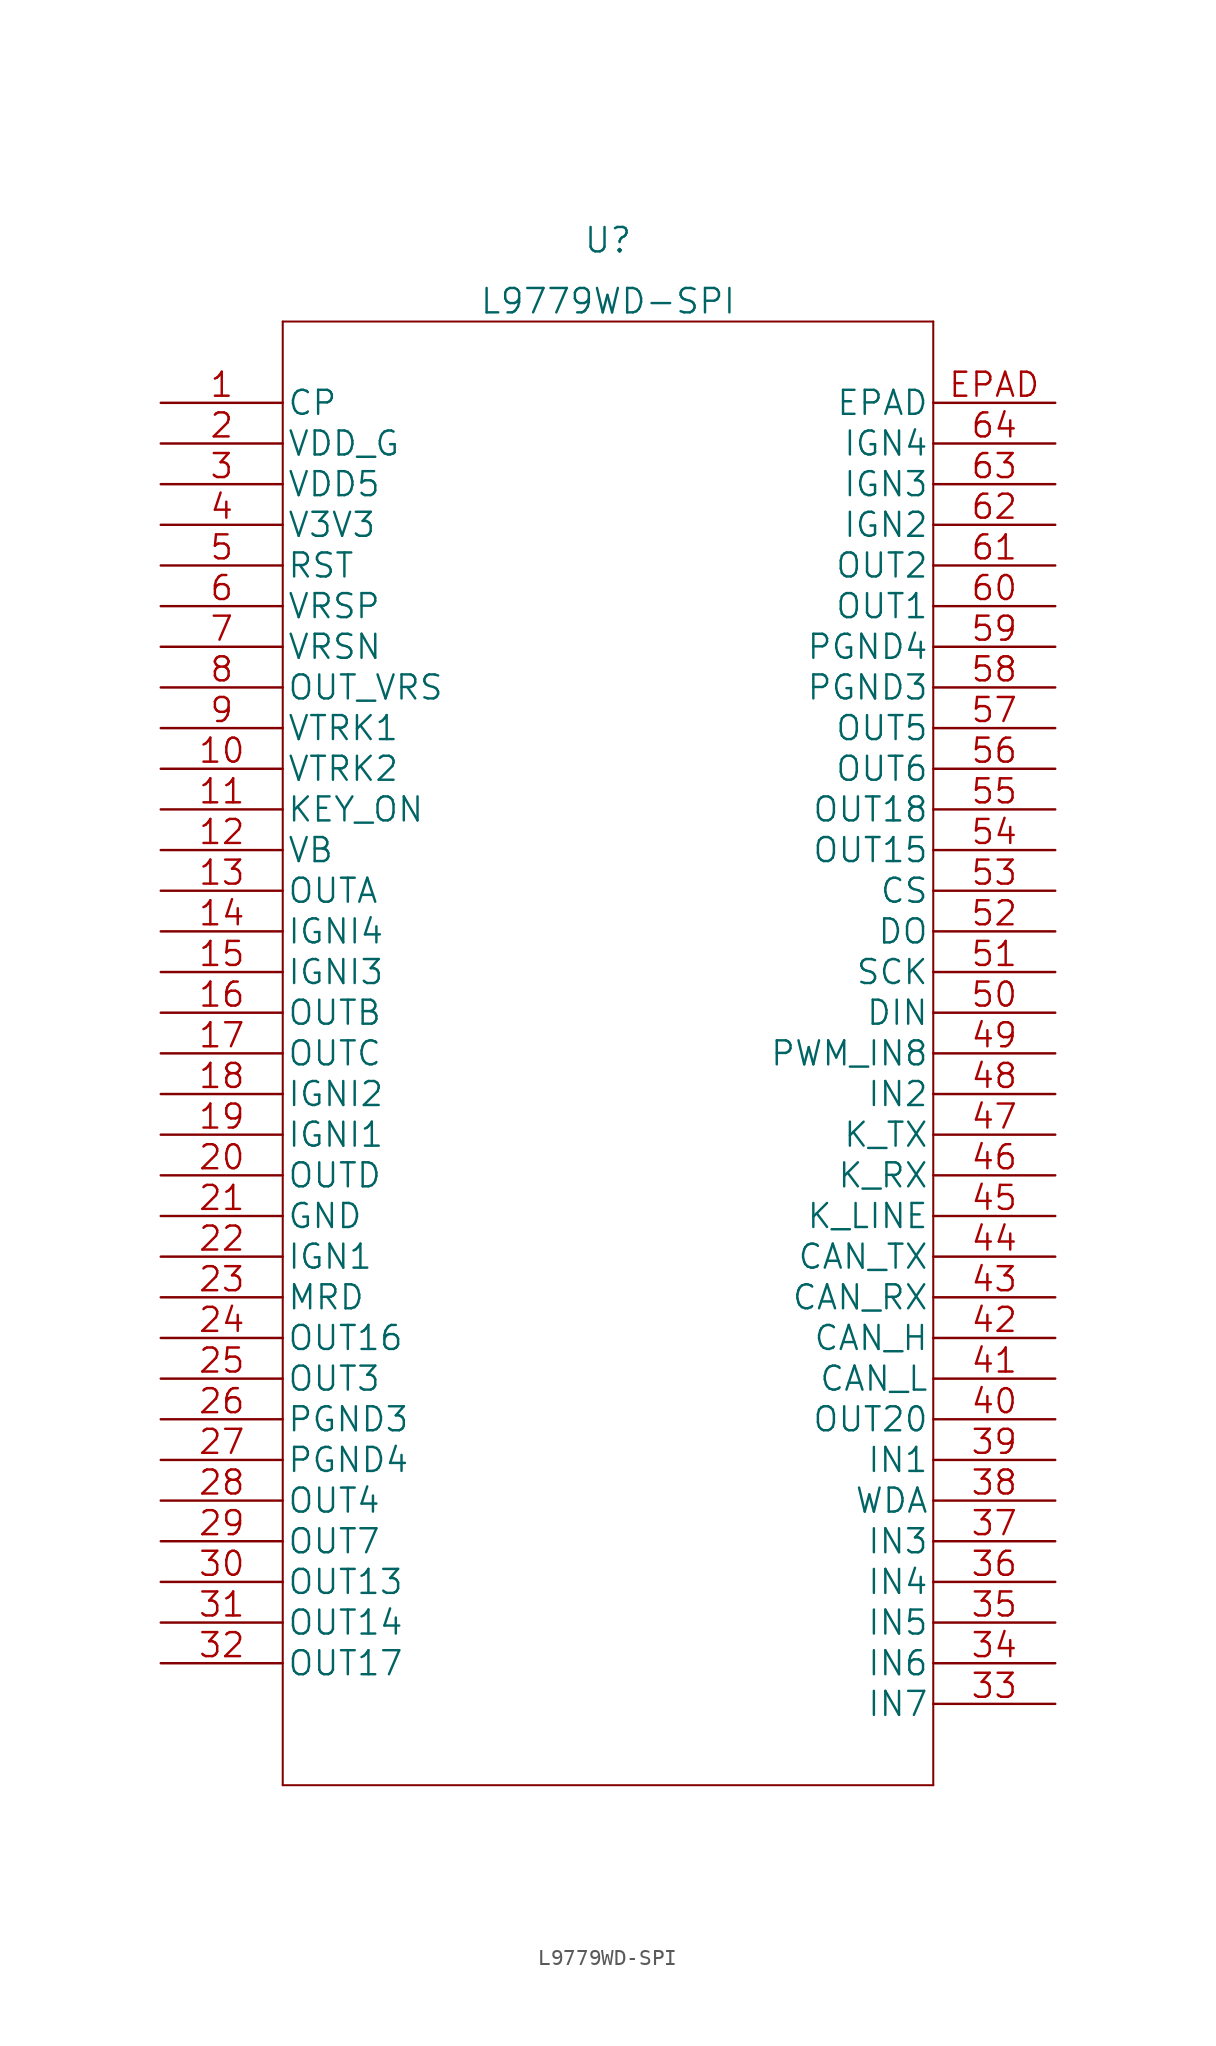
<source format=kicad_sym>
(kicad_symbol_lib
  (version 20211014)
  (generator kicad_symbol_editor)
  (symbol "L9779WD-SPI"
    (pin_names
      (offset 0.254))
    (property "Reference" "U"
      (at 27.94 10.16 0)
      (effects (font (size 1.524 1.524))))
    (property "Value" "L9779WD-SPI"
      (at 27.94 6.35 0)
      (effects (font (size 1.524 1.524))))
    (property "Datasheet" ""
      (at 0 0 0)
      (effects (font (size 1.524 1.524))))
    (symbol "L9779WD-SPI_1_1"
      (polyline (pts (xy 7.62 -86.36) (xy 48.26 -86.36)) (stroke (width 0.127) (type default) (color 0 0 0 0)) (fill (type none)))
      (polyline (pts (xy 7.62 5.08) (xy 7.62 -86.36)) (stroke (width 0.127) (type default) (color 0 0 0 0)) (fill (type none)))
      (polyline (pts (xy 48.26 -86.36) (xy 48.26 5.08)) (stroke (width 0.127) (type default) (color 0 0 0 0)) (fill (type none)))
      (polyline (pts (xy 48.26 5.08) (xy 7.62 5.08)) (stroke (width 0.127) (type default) (color 0 0 0 0)) (fill (type none)))
      (pin input line (at 0 0 0) (length 7.62) (name "CP" (effects (font (size 1.499 1.499)))) (number "1" (effects (font (size 1.499 1.499)))))
      (pin output line (at 0 -22.86 0) (length 7.62) (name "VTRK2" (effects (font (size 1.499 1.499)))) (number "10" (effects (font (size 1.499 1.499)))))
      (pin input line (at 0 -25.4 0) (length 7.62) (name "KEY_ON" (effects (font (size 1.499 1.499)))) (number "11" (effects (font (size 1.499 1.499)))))
      (pin power_in line (at 0 -27.94 0) (length 7.62) (name "VB" (effects (font (size 1.499 1.499)))) (number "12" (effects (font (size 1.499 1.499)))))
      (pin output line (at 0 -30.48 0) (length 7.62) (name "OUTA" (effects (font (size 1.499 1.499)))) (number "13" (effects (font (size 1.499 1.499)))))
      (pin input line (at 0 -33.02 0) (length 7.62) (name "IGNI4" (effects (font (size 1.499 1.499)))) (number "14" (effects (font (size 1.499 1.499)))))
      (pin input line (at 0 -35.56 0) (length 7.62) (name "IGNI3" (effects (font (size 1.499 1.499)))) (number "15" (effects (font (size 1.499 1.499)))))
      (pin output line (at 0 -38.1 0) (length 7.62) (name "OUTB" (effects (font (size 1.499 1.499)))) (number "16" (effects (font (size 1.499 1.499)))))
      (pin output line (at 0 -40.64 0) (length 7.62) (name "OUTC" (effects (font (size 1.499 1.499)))) (number "17" (effects (font (size 1.499 1.499)))))
      (pin input line (at 0 -43.18 0) (length 7.62) (name "IGNI2" (effects (font (size 1.499 1.499)))) (number "18" (effects (font (size 1.499 1.499)))))
      (pin input line (at 0 -45.72 0) (length 7.62) (name "IGNI1" (effects (font (size 1.499 1.499)))) (number "19" (effects (font (size 1.499 1.499)))))
      (pin power_in line (at 0 -2.54 0) (length 7.62) (name "VDD_G" (effects (font (size 1.499 1.499)))) (number "2" (effects (font (size 1.499 1.499)))))
      (pin output line (at 0 -48.26 0) (length 7.62) (name "OUTD" (effects (font (size 1.499 1.499)))) (number "20" (effects (font (size 1.499 1.499)))))
      (pin power_in line (at 0 -50.8 0) (length 7.62) (name "GND" (effects (font (size 1.499 1.499)))) (number "21" (effects (font (size 1.499 1.499)))))
      (pin output line (at 0 -53.34 0) (length 7.62) (name "IGN1" (effects (font (size 1.499 1.499)))) (number "22" (effects (font (size 1.499 1.499)))))
      (pin output line (at 0 -55.88 0) (length 7.62) (name "MRD" (effects (font (size 1.499 1.499)))) (number "23" (effects (font (size 1.499 1.499)))))
      (pin output line (at 0 -58.42 0) (length 7.62) (name "OUT16" (effects (font (size 1.499 1.499)))) (number "24" (effects (font (size 1.499 1.499)))))
      (pin output line (at 0 -60.96 0) (length 7.62) (name "OUT3" (effects (font (size 1.499 1.499)))) (number "25" (effects (font (size 1.499 1.499)))))
      (pin power_in line (at 0 -63.5 0) (length 7.62) (name "PGND3" (effects (font (size 1.499 1.499)))) (number "26" (effects (font (size 1.499 1.499)))))
      (pin power_in line (at 0 -66.04 0) (length 7.62) (name "PGND4" (effects (font (size 1.499 1.499)))) (number "27" (effects (font (size 1.499 1.499)))))
      (pin output line (at 0 -68.58 0) (length 7.62) (name "OUT4" (effects (font (size 1.499 1.499)))) (number "28" (effects (font (size 1.499 1.499)))))
      (pin output line (at 0 -71.12 0) (length 7.62) (name "OUT7" (effects (font (size 1.499 1.499)))) (number "29" (effects (font (size 1.499 1.499)))))
      (pin power_in line (at 0 -5.08 0) (length 7.62) (name "VDD5" (effects (font (size 1.499 1.499)))) (number "3" (effects (font (size 1.499 1.499)))))
      (pin output line (at 0 -73.66 0) (length 7.62) (name "OUT13" (effects (font (size 1.499 1.499)))) (number "30" (effects (font (size 1.499 1.499)))))
      (pin output line (at 0 -76.2 0) (length 7.62) (name "OUT14" (effects (font (size 1.499 1.499)))) (number "31" (effects (font (size 1.499 1.499)))))
      (pin output line (at 0 -78.74 0) (length 7.62) (name "OUT17" (effects (font (size 1.499 1.499)))) (number "32" (effects (font (size 1.499 1.499)))))
      (pin input line (at 55.88 -81.28 180) (length 7.62) (name "IN7" (effects (font (size 1.499 1.499)))) (number "33" (effects (font (size 1.499 1.499)))))
      (pin input line (at 55.88 -78.74 180) (length 7.62) (name "IN6" (effects (font (size 1.499 1.499)))) (number "34" (effects (font (size 1.499 1.499)))))
      (pin input line (at 55.88 -76.2 180) (length 7.62) (name "IN5" (effects (font (size 1.499 1.499)))) (number "35" (effects (font (size 1.499 1.499)))))
      (pin input line (at 55.88 -73.66 180) (length 7.62) (name "IN4" (effects (font (size 1.499 1.499)))) (number "36" (effects (font (size 1.499 1.499)))))
      (pin input line (at 55.88 -71.12 180) (length 7.62) (name "IN3" (effects (font (size 1.499 1.499)))) (number "37" (effects (font (size 1.499 1.499)))))
      (pin bidirectional line (at 55.88 -68.58 180) (length 7.62) (name "WDA" (effects (font (size 1.499 1.499)))) (number "38" (effects (font (size 1.499 1.499)))))
      (pin input line (at 55.88 -66.04 180) (length 7.62) (name "IN1" (effects (font (size 1.499 1.499)))) (number "39" (effects (font (size 1.499 1.499)))))
      (pin power_in line (at 0 -7.62 0) (length 7.62) (name "V3V3" (effects (font (size 1.499 1.499)))) (number "4" (effects (font (size 1.499 1.499)))))
      (pin output line (at 55.88 -63.5 180) (length 7.62) (name "OUT20" (effects (font (size 1.499 1.499)))) (number "40" (effects (font (size 1.499 1.499)))))
      (pin bidirectional line (at 55.88 -60.96 180) (length 7.62) (name "CAN_L" (effects (font (size 1.499 1.499)))) (number "41" (effects (font (size 1.499 1.499)))))
      (pin bidirectional line (at 55.88 -58.42 180) (length 7.62) (name "CAN_H" (effects (font (size 1.499 1.499)))) (number "42" (effects (font (size 1.499 1.499)))))
      (pin output line (at 55.88 -55.88 180) (length 7.62) (name "CAN_RX" (effects (font (size 1.499 1.499)))) (number "43" (effects (font (size 1.499 1.499)))))
      (pin input line (at 55.88 -53.34 180) (length 7.62) (name "CAN_TX" (effects (font (size 1.499 1.499)))) (number "44" (effects (font (size 1.499 1.499)))))
      (pin bidirectional line (at 55.88 -50.8 180) (length 7.62) (name "K_LINE" (effects (font (size 1.499 1.499)))) (number "45" (effects (font (size 1.499 1.499)))))
      (pin output line (at 55.88 -48.26 180) (length 7.62) (name "K_RX" (effects (font (size 1.499 1.499)))) (number "46" (effects (font (size 1.499 1.499)))))
      (pin input line (at 55.88 -45.72 180) (length 7.62) (name "K_TX" (effects (font (size 1.499 1.499)))) (number "47" (effects (font (size 1.499 1.499)))))
      (pin input line (at 55.88 -43.18 180) (length 7.62) (name "IN2" (effects (font (size 1.499 1.499)))) (number "48" (effects (font (size 1.499 1.499)))))
      (pin input line (at 55.88 -40.64 180) (length 7.62) (name "PWM_IN8" (effects (font (size 1.499 1.499)))) (number "49" (effects (font (size 1.499 1.499)))))
      (pin output line (at 0 -10.16 0) (length 7.62) (name "RST" (effects (font (size 1.499 1.499)))) (number "5" (effects (font (size 1.499 1.499)))))
      (pin input line (at 55.88 -38.1 180) (length 7.62) (name "DIN" (effects (font (size 1.499 1.499)))) (number "50" (effects (font (size 1.499 1.499)))))
      (pin input line (at 55.88 -35.56 180) (length 7.62) (name "SCK" (effects (font (size 1.499 1.499)))) (number "51" (effects (font (size 1.499 1.499)))))
      (pin output line (at 55.88 -33.02 180) (length 7.62) (name "DO" (effects (font (size 1.499 1.499)))) (number "52" (effects (font (size 1.499 1.499)))))
      (pin input line (at 55.88 -30.48 180) (length 7.62) (name "CS" (effects (font (size 1.499 1.499)))) (number "53" (effects (font (size 1.499 1.499)))))
      (pin output line (at 55.88 -27.94 180) (length 7.62) (name "OUT15" (effects (font (size 1.499 1.499)))) (number "54" (effects (font (size 1.499 1.499)))))
      (pin output line (at 55.88 -25.4 180) (length 7.62) (name "OUT18" (effects (font (size 1.499 1.499)))) (number "55" (effects (font (size 1.499 1.499)))))
      (pin output line (at 55.88 -22.86 180) (length 7.62) (name "OUT6" (effects (font (size 1.499 1.499)))) (number "56" (effects (font (size 1.499 1.499)))))
      (pin output line (at 55.88 -20.32 180) (length 7.62) (name "OUT5" (effects (font (size 1.499 1.499)))) (number "57" (effects (font (size 1.499 1.499)))))
      (pin power_in line (at 55.88 -17.78 180) (length 7.62) (name "PGND3" (effects (font (size 1.499 1.499)))) (number "58" (effects (font (size 1.499 1.499)))))
      (pin power_in line (at 55.88 -15.24 180) (length 7.62) (name "PGND4" (effects (font (size 1.499 1.499)))) (number "59" (effects (font (size 1.499 1.499)))))
      (pin input line (at 0 -12.7 0) (length 7.62) (name "VRSP" (effects (font (size 1.499 1.499)))) (number "6" (effects (font (size 1.499 1.499)))))
      (pin output line (at 55.88 -12.7 180) (length 7.62) (name "OUT1" (effects (font (size 1.499 1.499)))) (number "60" (effects (font (size 1.499 1.499)))))
      (pin output line (at 55.88 -10.16 180) (length 7.62) (name "OUT2" (effects (font (size 1.499 1.499)))) (number "61" (effects (font (size 1.499 1.499)))))
      (pin output line (at 55.88 -7.62 180) (length 7.62) (name "IGN2" (effects (font (size 1.499 1.499)))) (number "62" (effects (font (size 1.499 1.499)))))
      (pin output line (at 55.88 -5.08 180) (length 7.62) (name "IGN3" (effects (font (size 1.499 1.499)))) (number "63" (effects (font (size 1.499 1.499)))))
      (pin output line (at 55.88 -2.54 180) (length 7.62) (name "IGN4" (effects (font (size 1.499 1.499)))) (number "64" (effects (font (size 1.499 1.499)))))
      (pin input line (at 0 -15.24 0) (length 7.62) (name "VRSN" (effects (font (size 1.499 1.499)))) (number "7" (effects (font (size 1.499 1.499)))))
      (pin output line (at 0 -17.78 0) (length 7.62) (name "OUT_VRS" (effects (font (size 1.499 1.499)))) (number "8" (effects (font (size 1.499 1.499)))))
      (pin output line (at 0 -20.32 0) (length 7.62) (name "VTRK1" (effects (font (size 1.499 1.499)))) (number "9" (effects (font (size 1.499 1.499)))))
      (pin passive line (at 55.88 0 180) (length 7.62) (name "EPAD" (effects (font (size 1.499 1.499)))) (number "EPAD" (effects (font (size 1.499 1.499))))))))
</source>
